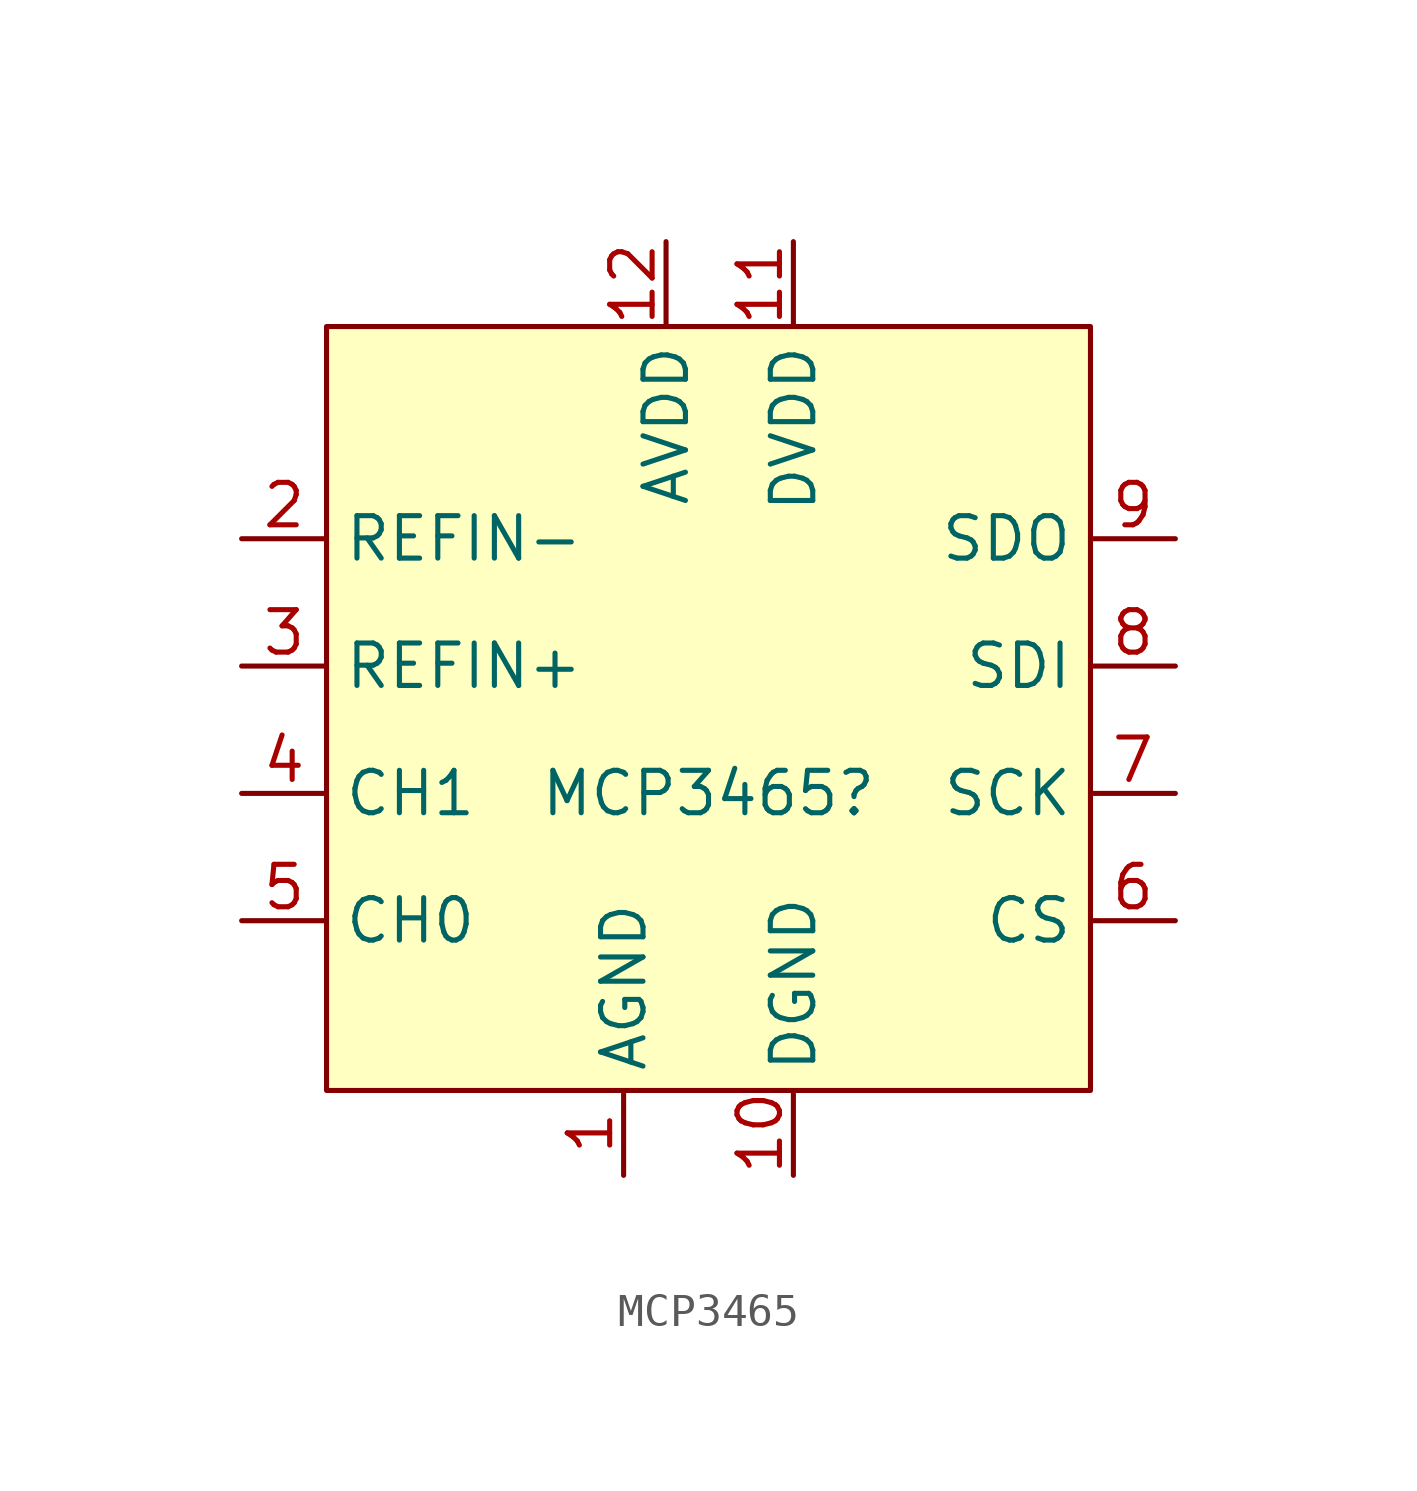
<source format=kicad_sym>
(kicad_symbol_lib
  (version 20220914)
  (generator kicad_symbol_editor)
  (symbol "MCP3465"
    (property "Reference" "MCP3465"
      (at 0 -2.54 0)
      (effects (font (size 1.27 1.27))))
    (property "Value" ""
      (at -6.35 13.97 0)
      (effects (font (size 1.27 1.27))))
    (symbol "MCP3465_1_1"
      (rectangle (start -11.43 11.43) (end 11.43 -11.43) (stroke (width 0) (type default)) (fill (type background)))
      (pin power_in line (at -2.54 -13.97 90) (length 2.54) (name "AGND" (effects (font (size 1.27 1.27)))) (number "1" (effects (font (size 1.27 1.27)))))
      (pin power_in line (at 2.54 -13.97 90) (length 2.54) (name "DGND" (effects (font (size 1.27 1.27)))) (number "10" (effects (font (size 1.27 1.27)))))
      (pin power_in line (at 2.54 13.97 270) (length 2.54) (name "DVDD" (effects (font (size 1.27 1.27)))) (number "11" (effects (font (size 1.27 1.27)))))
      (pin power_in line (at -1.27 13.97 270) (length 2.54) (name "AVDD" (effects (font (size 1.27 1.27)))) (number "12" (effects (font (size 1.27 1.27)))))
      (pin power_in line (at -2.54 -13.97 90) (length 2.54) hide (name "EP" (effects (font (size 1.27 1.27)))) (number "13" (effects (font (size 1.27 1.27)))))
      (pin input line (at -13.97 5.08 0) (length 2.54) (name "REFIN-" (effects (font (size 1.27 1.27)))) (number "2" (effects (font (size 1.27 1.27)))))
      (pin input line (at -13.97 1.27 0) (length 2.54) (name "REFIN+" (effects (font (size 1.27 1.27)))) (number "3" (effects (font (size 1.27 1.27)))))
      (pin input line (at -13.97 -2.54 0) (length 2.54) (name "CH1" (effects (font (size 1.27 1.27)))) (number "4" (effects (font (size 1.27 1.27)))))
      (pin input line (at -13.97 -6.35 0) (length 2.54) (name "CH0" (effects (font (size 1.27 1.27)))) (number "5" (effects (font (size 1.27 1.27)))))
      (pin input line (at 13.97 -6.35 180) (length 2.54) (name "CS" (effects (font (size 1.27 1.27)))) (number "6" (effects (font (size 1.27 1.27)))))
      (pin bidirectional line (at 13.97 -2.54 180) (length 2.54) (name "SCK" (effects (font (size 1.27 1.27)))) (number "7" (effects (font (size 1.27 1.27)))))
      (pin input line (at 13.97 1.27 180) (length 2.54) (name "SDI" (effects (font (size 1.27 1.27)))) (number "8" (effects (font (size 1.27 1.27)))))
      (pin output line (at 13.97 5.08 180) (length 2.54) (name "SDO" (effects (font (size 1.27 1.27)))) (number "9" (effects (font (size 1.27 1.27))))))))
</source>
